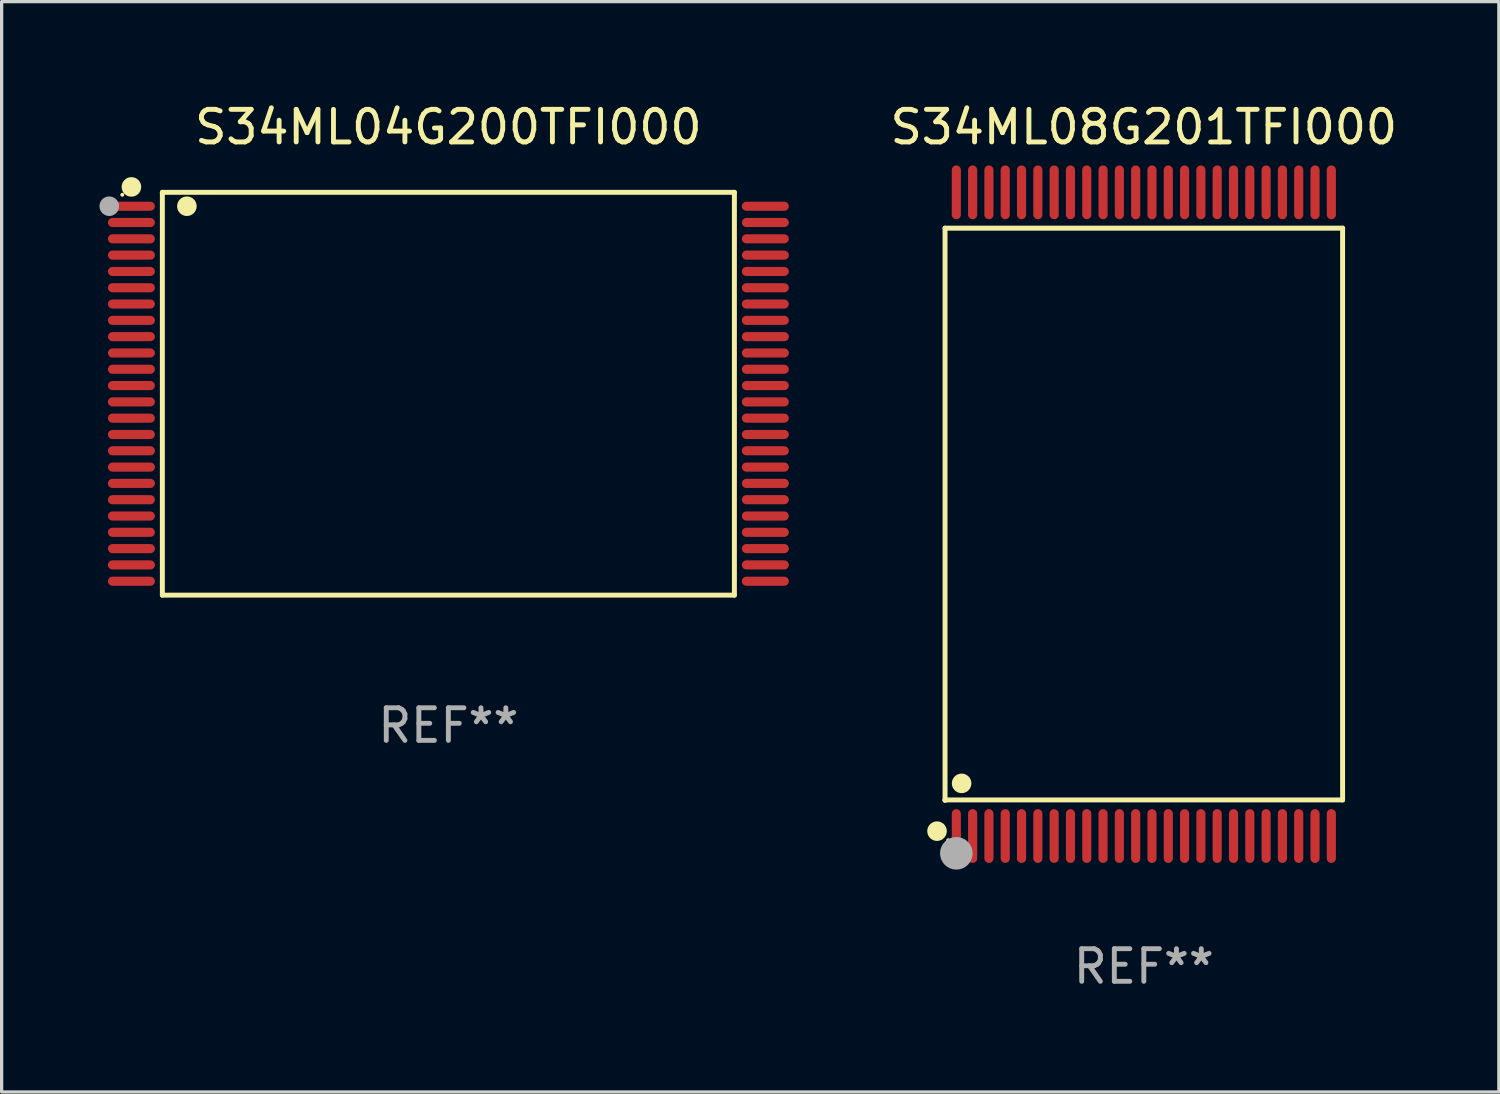
<source format=kicad_pcb>
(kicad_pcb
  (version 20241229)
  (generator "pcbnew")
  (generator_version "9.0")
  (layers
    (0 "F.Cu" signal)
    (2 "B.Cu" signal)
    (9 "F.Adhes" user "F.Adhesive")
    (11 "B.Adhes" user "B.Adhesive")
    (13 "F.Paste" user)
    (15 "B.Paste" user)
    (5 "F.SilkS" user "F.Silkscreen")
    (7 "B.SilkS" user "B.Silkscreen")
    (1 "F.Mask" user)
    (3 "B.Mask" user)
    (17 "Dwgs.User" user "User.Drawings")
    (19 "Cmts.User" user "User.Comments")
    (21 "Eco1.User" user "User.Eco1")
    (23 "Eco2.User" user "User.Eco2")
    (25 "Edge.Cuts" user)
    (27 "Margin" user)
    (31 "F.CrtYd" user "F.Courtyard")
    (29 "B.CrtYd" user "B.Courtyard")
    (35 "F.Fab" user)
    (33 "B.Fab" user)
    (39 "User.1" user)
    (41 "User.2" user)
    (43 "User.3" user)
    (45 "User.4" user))
  (footprint "S34ML08G201TFI000"
    (layer "F.Cu")
    (at 32.027 12.718)
    (property "Reference" "S34ML08G201TFI000" (at 0 -11.87 0) (layer "F.SilkS") (effects (font (size 1 1) (thickness 0.15))))
    (attr through_hole)
    (fp_line (start -6.096 -8.771) (end 6.096 -8.771) (stroke (width 0.152) (type solid)) (layer "F.SilkS"))
    (fp_line (start -6.096 8.763) (end -6.096 8.771) (stroke (width 0.152) (type solid)) (layer "F.SilkS"))
    (fp_line (start -6.096 8.771) (end -6.096 -8.771) (stroke (width 0.152) (type solid)) (layer "F.SilkS"))
    (fp_line (start 6.096 -8.771) (end 6.096 8.763) (stroke (width 0.152) (type solid)) (layer "F.SilkS"))
    (fp_line (start 6.096 8.763) (end -6.096 8.763) (stroke (width 0.152) (type solid)) (layer "F.SilkS"))
    (fp_circle (center -6.342 9.72) (end -6.192 9.72) (stroke (width 0.3) (type solid)) (fill no) (layer "F.SilkS"))
    (fp_circle (center -6 10) (end -5.97 10) (stroke (width 0.06) (type solid)) (fill no) (layer "F.SilkS"))
    (fp_circle (center -5.588 8.255) (end -5.438 8.255) (stroke (width 0.3) (type solid)) (fill no) (layer "F.SilkS"))
    (fp_circle (center -5.75 10.4) (end -5.5 10.4) (stroke (width 0.5) (type solid)) (fill no) (layer "F.Fab"))
    (fp_text user "REF**" (at 0 13.87 0) (layer "F.Fab") (effects (font (size 1 1) (thickness 0.15))))
    (pad "1" smd oval (at -5.75 9.87) (size 0.28 1.65) (layers "F.Cu" "F.Mask" "F.Paste"))
    (pad "2" smd oval (at -5.25 9.87) (size 0.28 1.65) (layers "F.Cu" "F.Mask" "F.Paste"))
    (pad "3" smd oval (at -4.75 9.87) (size 0.28 1.65) (layers "F.Cu" "F.Mask" "F.Paste"))
    (pad "4" smd oval (at -4.25 9.87) (size 0.28 1.65) (layers "F.Cu" "F.Mask" "F.Paste"))
    (pad "5" smd oval (at -3.75 9.87) (size 0.28 1.65) (layers "F.Cu" "F.Mask" "F.Paste"))
    (pad "6" smd oval (at -3.25 9.87) (size 0.28 1.65) (layers "F.Cu" "F.Mask" "F.Paste"))
    (pad "7" smd oval (at -2.75 9.87) (size 0.28 1.65) (layers "F.Cu" "F.Mask" "F.Paste"))
    (pad "8" smd oval (at -2.25 9.87) (size 0.28 1.65) (layers "F.Cu" "F.Mask" "F.Paste"))
    (pad "9" smd oval (at -1.75 9.87) (size 0.28 1.65) (layers "F.Cu" "F.Mask" "F.Paste"))
    (pad "10" smd oval (at -1.25 9.87) (size 0.28 1.65) (layers "F.Cu" "F.Mask" "F.Paste"))
    (pad "11" smd oval (at -0.75 9.87) (size 0.28 1.65) (layers "F.Cu" "F.Mask" "F.Paste"))
    (pad "12" smd oval (at -0.25 9.87) (size 0.28 1.65) (layers "F.Cu" "F.Mask" "F.Paste"))
    (pad "13" smd oval (at 0.25 9.87) (size 0.28 1.65) (layers "F.Cu" "F.Mask" "F.Paste"))
    (pad "14" smd oval (at 0.75 9.87) (size 0.28 1.65) (layers "F.Cu" "F.Mask" "F.Paste"))
    (pad "15" smd oval (at 1.25 9.87) (size 0.28 1.65) (layers "F.Cu" "F.Mask" "F.Paste"))
    (pad "16" smd oval (at 1.75 9.87) (size 0.28 1.65) (layers "F.Cu" "F.Mask" "F.Paste"))
    (pad "17" smd oval (at 2.25 9.87) (size 0.28 1.65) (layers "F.Cu" "F.Mask" "F.Paste"))
    (pad "18" smd oval (at 2.75 9.87) (size 0.28 1.65) (layers "F.Cu" "F.Mask" "F.Paste"))
    (pad "19" smd oval (at 3.25 9.87) (size 0.28 1.65) (layers "F.Cu" "F.Mask" "F.Paste"))
    (pad "20" smd oval (at 3.75 9.87) (size 0.28 1.65) (layers "F.Cu" "F.Mask" "F.Paste"))
    (pad "21" smd oval (at 4.25 9.87) (size 0.28 1.65) (layers "F.Cu" "F.Mask" "F.Paste"))
    (pad "22" smd oval (at 4.75 9.87) (size 0.28 1.65) (layers "F.Cu" "F.Mask" "F.Paste"))
    (pad "23" smd oval (at 5.25 9.87) (size 0.28 1.65) (layers "F.Cu" "F.Mask" "F.Paste"))
    (pad "24" smd oval (at 5.75 9.87) (size 0.28 1.65) (layers "F.Cu" "F.Mask" "F.Paste"))
    (pad "25" smd oval (at 5.75 -9.87) (size 0.28 1.65) (layers "F.Cu" "F.Mask" "F.Paste"))
    (pad "26" smd oval (at 5.25 -9.87) (size 0.28 1.65) (layers "F.Cu" "F.Mask" "F.Paste"))
    (pad "27" smd oval (at 4.75 -9.87) (size 0.28 1.65) (layers "F.Cu" "F.Mask" "F.Paste"))
    (pad "28" smd oval (at 4.25 -9.87) (size 0.28 1.65) (layers "F.Cu" "F.Mask" "F.Paste"))
    (pad "29" smd oval (at 3.75 -9.87) (size 0.28 1.65) (layers "F.Cu" "F.Mask" "F.Paste"))
    (pad "30" smd oval (at 3.25 -9.87) (size 0.28 1.65) (layers "F.Cu" "F.Mask" "F.Paste"))
    (pad "31" smd oval (at 2.75 -9.87) (size 0.28 1.65) (layers "F.Cu" "F.Mask" "F.Paste"))
    (pad "32" smd oval (at 2.25 -9.87) (size 0.28 1.65) (layers "F.Cu" "F.Mask" "F.Paste"))
    (pad "33" smd oval (at 1.75 -9.87) (size 0.28 1.65) (layers "F.Cu" "F.Mask" "F.Paste"))
    (pad "34" smd oval (at 1.25 -9.87) (size 0.28 1.65) (layers "F.Cu" "F.Mask" "F.Paste"))
    (pad "35" smd oval (at 0.75 -9.87) (size 0.28 1.65) (layers "F.Cu" "F.Mask" "F.Paste"))
    (pad "36" smd oval (at 0.25 -9.87) (size 0.28 1.65) (layers "F.Cu" "F.Mask" "F.Paste"))
    (pad "37" smd oval (at -0.25 -9.87) (size 0.28 1.65) (layers "F.Cu" "F.Mask" "F.Paste"))
    (pad "38" smd oval (at -0.75 -9.87) (size 0.28 1.65) (layers "F.Cu" "F.Mask" "F.Paste"))
    (pad "39" smd oval (at -1.25 -9.87) (size 0.28 1.65) (layers "F.Cu" "F.Mask" "F.Paste"))
    (pad "40" smd oval (at -1.75 -9.87) (size 0.28 1.65) (layers "F.Cu" "F.Mask" "F.Paste"))
    (pad "41" smd oval (at -2.25 -9.87) (size 0.28 1.65) (layers "F.Cu" "F.Mask" "F.Paste"))
    (pad "42" smd oval (at -2.75 -9.87) (size 0.28 1.65) (layers "F.Cu" "F.Mask" "F.Paste"))
    (pad "43" smd oval (at -3.25 -9.87) (size 0.28 1.65) (layers "F.Cu" "F.Mask" "F.Paste"))
    (pad "44" smd oval (at -3.75 -9.87) (size 0.28 1.65) (layers "F.Cu" "F.Mask" "F.Paste"))
    (pad "45" smd oval (at -4.25 -9.87) (size 0.28 1.65) (layers "F.Cu" "F.Mask" "F.Paste"))
    (pad "46" smd oval (at -4.75 -9.87) (size 0.28 1.65) (layers "F.Cu" "F.Mask" "F.Paste"))
    (pad "47" smd oval (at -5.25 -9.87) (size 0.28 1.65) (layers "F.Cu" "F.Mask" "F.Paste"))
    (pad "48" smd oval (at -5.75 -9.87) (size 0.28 1.65) (layers "F.Cu" "F.Mask" "F.Paste")))
  (footprint "S34ML04G200TFI000"
    (layer "F.Cu")
    (at 10.7 9.024)
    (property "Reference" "S34ML04G200TFI000" (at 0 -8.176 0) (layer "F.SilkS") (effects (font (size 1 1) (thickness 0.15))))
    (attr through_hole)
    (fp_line (start -8.771 -6.176) (end 8.771 -6.176) (stroke (width 0.152) (type solid)) (layer "F.SilkS"))
    (fp_line (start -8.771 6.176) (end -8.771 -6.176) (stroke (width 0.152) (type solid)) (layer "F.SilkS"))
    (fp_line (start 8.771 -6.176) (end 8.771 6.176) (stroke (width 0.152) (type solid)) (layer "F.SilkS"))
    (fp_line (start 8.771 6.176) (end -8.771 6.176) (stroke (width 0.152) (type solid)) (layer "F.SilkS"))
    (fp_circle (center -10 -6.1) (end -9.97 -6.1) (stroke (width 0.06) (type solid)) (fill no) (layer "F.SilkS"))
    (fp_circle (center -9.72 -6.342) (end -9.57 -6.342) (stroke (width 0.3) (type solid)) (fill no) (layer "F.SilkS"))
    (fp_circle (center -8.019 -5.75) (end -7.869 -5.75) (stroke (width 0.3) (type solid)) (fill no) (layer "F.SilkS"))
    (fp_circle (center -10.4 -5.75) (end -10.25 -5.75) (stroke (width 0.3) (type solid)) (fill no) (layer "F.Fab"))
    (fp_text user "REF**" (at 0 10.176 0) (layer "F.Fab") (effects (font (size 1 1) (thickness 0.15))))
    (pad "1" smd oval (at -9.72 -5.75 270) (size 0.28 1.44) (layers "F.Cu" "F.Mask" "F.Paste"))
    (pad "2" smd oval (at -9.72 -5.25 270) (size 0.28 1.44) (layers "F.Cu" "F.Mask" "F.Paste"))
    (pad "3" smd oval (at -9.72 -4.75 270) (size 0.28 1.44) (layers "F.Cu" "F.Mask" "F.Paste"))
    (pad "4" smd oval (at -9.72 -4.25 270) (size 0.28 1.44) (layers "F.Cu" "F.Mask" "F.Paste"))
    (pad "5" smd oval (at -9.72 -3.75 270) (size 0.28 1.44) (layers "F.Cu" "F.Mask" "F.Paste"))
    (pad "6" smd oval (at -9.72 -3.25 270) (size 0.28 1.44) (layers "F.Cu" "F.Mask" "F.Paste"))
    (pad "7" smd oval (at -9.72 -2.75 270) (size 0.28 1.44) (layers "F.Cu" "F.Mask" "F.Paste"))
    (pad "8" smd oval (at -9.72 -2.25 270) (size 0.28 1.44) (layers "F.Cu" "F.Mask" "F.Paste"))
    (pad "9" smd oval (at -9.72 -1.75 270) (size 0.28 1.44) (layers "F.Cu" "F.Mask" "F.Paste"))
    (pad "10" smd oval (at -9.72 -1.25 270) (size 0.28 1.44) (layers "F.Cu" "F.Mask" "F.Paste"))
    (pad "11" smd oval (at -9.72 -0.75 270) (size 0.28 1.44) (layers "F.Cu" "F.Mask" "F.Paste"))
    (pad "12" smd oval (at -9.72 -0.25 270) (size 0.28 1.44) (layers "F.Cu" "F.Mask" "F.Paste"))
    (pad "13" smd oval (at -9.72 0.25 270) (size 0.28 1.44) (layers "F.Cu" "F.Mask" "F.Paste"))
    (pad "14" smd oval (at -9.72 0.75 270) (size 0.28 1.44) (layers "F.Cu" "F.Mask" "F.Paste"))
    (pad "15" smd oval (at -9.72 1.25 270) (size 0.28 1.44) (layers "F.Cu" "F.Mask" "F.Paste"))
    (pad "16" smd oval (at -9.72 1.75 270) (size 0.28 1.44) (layers "F.Cu" "F.Mask" "F.Paste"))
    (pad "17" smd oval (at -9.72 2.25 270) (size 0.28 1.44) (layers "F.Cu" "F.Mask" "F.Paste"))
    (pad "18" smd oval (at -9.72 2.75 270) (size 0.28 1.44) (layers "F.Cu" "F.Mask" "F.Paste"))
    (pad "19" smd oval (at -9.72 3.25 270) (size 0.28 1.44) (layers "F.Cu" "F.Mask" "F.Paste"))
    (pad "20" smd oval (at -9.72 3.75 270) (size 0.28 1.44) (layers "F.Cu" "F.Mask" "F.Paste"))
    (pad "21" smd oval (at -9.72 4.25 270) (size 0.28 1.44) (layers "F.Cu" "F.Mask" "F.Paste"))
    (pad "22" smd oval (at -9.72 4.75 270) (size 0.28 1.44) (layers "F.Cu" "F.Mask" "F.Paste"))
    (pad "23" smd oval (at -9.72 5.25 270) (size 0.28 1.44) (layers "F.Cu" "F.Mask" "F.Paste"))
    (pad "24" smd oval (at -9.72 5.75 270) (size 0.28 1.44) (layers "F.Cu" "F.Mask" "F.Paste"))
    (pad "25" smd oval (at 9.72 5.75 270) (size 0.28 1.44) (layers "F.Cu" "F.Mask" "F.Paste"))
    (pad "26" smd oval (at 9.72 5.25 270) (size 0.28 1.44) (layers "F.Cu" "F.Mask" "F.Paste"))
    (pad "27" smd oval (at 9.72 4.75 270) (size 0.28 1.44) (layers "F.Cu" "F.Mask" "F.Paste"))
    (pad "28" smd oval (at 9.72 4.25 270) (size 0.28 1.44) (layers "F.Cu" "F.Mask" "F.Paste"))
    (pad "29" smd oval (at 9.72 3.75 270) (size 0.28 1.44) (layers "F.Cu" "F.Mask" "F.Paste"))
    (pad "30" smd oval (at 9.72 3.25 270) (size 0.28 1.44) (layers "F.Cu" "F.Mask" "F.Paste"))
    (pad "31" smd oval (at 9.72 2.75 270) (size 0.28 1.44) (layers "F.Cu" "F.Mask" "F.Paste"))
    (pad "32" smd oval (at 9.72 2.25 270) (size 0.28 1.44) (layers "F.Cu" "F.Mask" "F.Paste"))
    (pad "33" smd oval (at 9.72 1.75 270) (size 0.28 1.44) (layers "F.Cu" "F.Mask" "F.Paste"))
    (pad "34" smd oval (at 9.72 1.25 270) (size 0.28 1.44) (layers "F.Cu" "F.Mask" "F.Paste"))
    (pad "35" smd oval (at 9.72 0.75 270) (size 0.28 1.44) (layers "F.Cu" "F.Mask" "F.Paste"))
    (pad "36" smd oval (at 9.72 0.25 270) (size 0.28 1.44) (layers "F.Cu" "F.Mask" "F.Paste"))
    (pad "37" smd oval (at 9.72 -0.25 270) (size 0.28 1.44) (layers "F.Cu" "F.Mask" "F.Paste"))
    (pad "38" smd oval (at 9.72 -0.75 270) (size 0.28 1.44) (layers "F.Cu" "F.Mask" "F.Paste"))
    (pad "39" smd oval (at 9.72 -1.25 270) (size 0.28 1.44) (layers "F.Cu" "F.Mask" "F.Paste"))
    (pad "40" smd oval (at 9.72 -1.75 270) (size 0.28 1.44) (layers "F.Cu" "F.Mask" "F.Paste"))
    (pad "41" smd oval (at 9.72 -2.25 270) (size 0.28 1.44) (layers "F.Cu" "F.Mask" "F.Paste"))
    (pad "42" smd oval (at 9.72 -2.75 270) (size 0.28 1.44) (layers "F.Cu" "F.Mask" "F.Paste"))
    (pad "43" smd oval (at 9.72 -3.25 270) (size 0.28 1.44) (layers "F.Cu" "F.Mask" "F.Paste"))
    (pad "44" smd oval (at 9.72 -3.75 270) (size 0.28 1.44) (layers "F.Cu" "F.Mask" "F.Paste"))
    (pad "45" smd oval (at 9.72 -4.25 270) (size 0.28 1.44) (layers "F.Cu" "F.Mask" "F.Paste"))
    (pad "46" smd oval (at 9.72 -4.75 270) (size 0.28 1.44) (layers "F.Cu" "F.Mask" "F.Paste"))
    (pad "47" smd oval (at 9.72 -5.25 270) (size 0.28 1.44) (layers "F.Cu" "F.Mask" "F.Paste"))
    (pad "48" smd oval (at 9.72 -5.75 270) (size 0.28 1.44) (layers "F.Cu" "F.Mask" "F.Paste")))
  (gr_rect
    (start -3 -3)
    (end 42.914 30.437)
    (stroke (width 0.1) (type default))
    (fill no)
    (layer "Edge.Cuts")))
</source>
